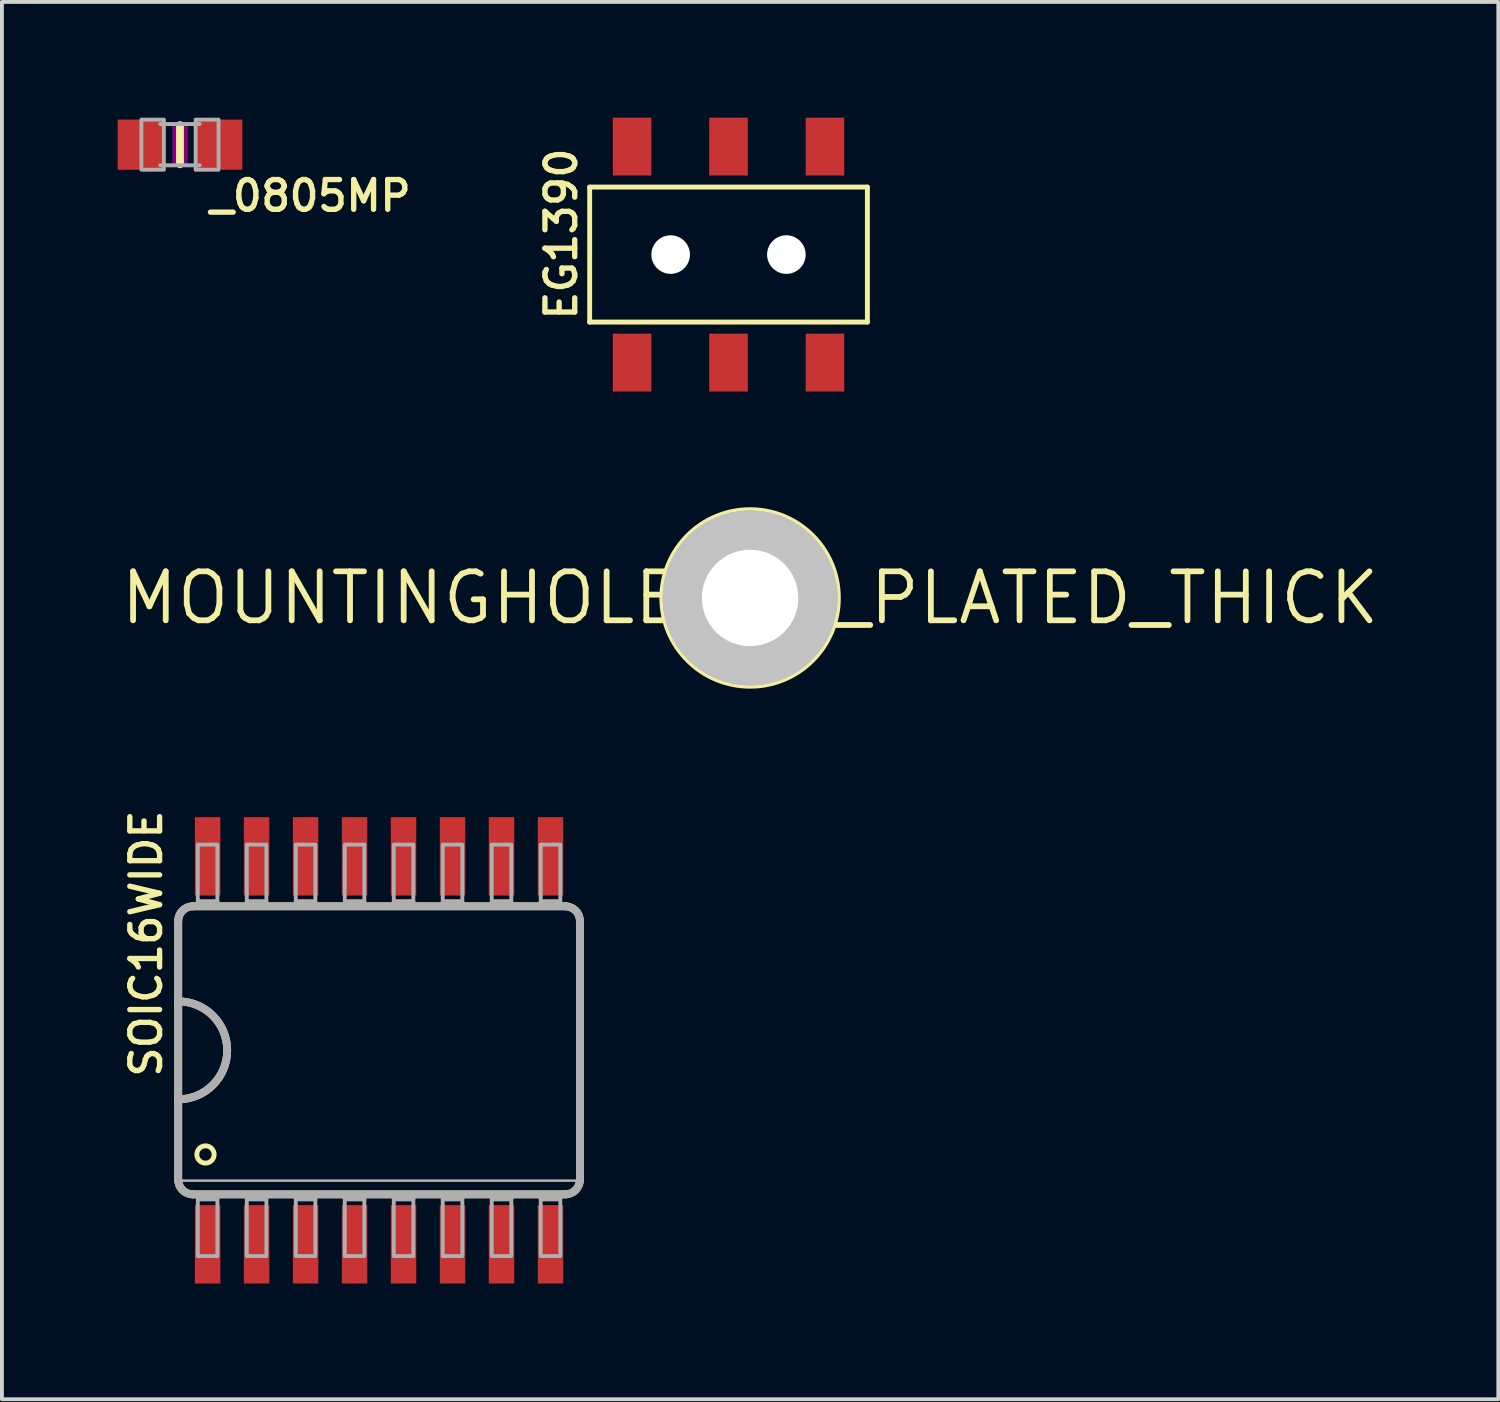
<source format=kicad_pcb>
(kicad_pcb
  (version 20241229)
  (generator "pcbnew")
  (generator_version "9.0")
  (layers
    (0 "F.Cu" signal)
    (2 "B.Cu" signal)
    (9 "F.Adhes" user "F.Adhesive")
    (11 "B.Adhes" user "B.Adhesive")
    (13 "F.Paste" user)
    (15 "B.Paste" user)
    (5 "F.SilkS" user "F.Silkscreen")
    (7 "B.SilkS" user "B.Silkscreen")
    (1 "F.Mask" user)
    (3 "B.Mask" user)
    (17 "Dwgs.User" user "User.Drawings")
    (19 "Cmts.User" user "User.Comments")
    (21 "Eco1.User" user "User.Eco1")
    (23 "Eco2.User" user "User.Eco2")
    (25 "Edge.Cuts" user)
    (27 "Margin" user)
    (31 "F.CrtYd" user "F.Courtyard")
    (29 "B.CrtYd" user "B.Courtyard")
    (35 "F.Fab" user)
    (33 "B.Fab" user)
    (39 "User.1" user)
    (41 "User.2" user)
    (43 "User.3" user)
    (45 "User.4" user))
  (footprint "EG1390"
    (layer "F.Cu")
    (at 15.837 3.55)
    (property "Reference" "EG1390" (at -3.886 1.764 270) (layer "F.SilkS") (effects (font (size 0.772 0.772) (thickness 0.139)) (justify left bottom)))
    (attr through_hole)
    (fp_line (start -3.6 -1.75) (end 3.6 -1.75) (stroke (width 0.127) (type solid)) (layer "F.SilkS"))
    (fp_line (start -3.6 1.75) (end -3.6 -1.75) (stroke (width 0.127) (type solid)) (layer "F.SilkS"))
    (fp_line (start 3.6 -1.75) (end 3.6 1.75) (stroke (width 0.127) (type solid)) (layer "F.SilkS"))
    (fp_line (start 3.6 1.75) (end -3.6 1.75) (stroke (width 0.127) (type solid)) (layer "F.SilkS"))
    (pad "" np_thru_hole circle (at -1.5 0) (size 1 1) (drill 1) (layers "*.Cu" "*.Mask"))
    (pad "" np_thru_hole circle (at 1.5 0) (size 1 1) (drill 1) (layers "*.Cu" "*.Mask"))
    (pad "O1" smd rect (at -2.5 -2.8) (size 1 1.5) (layers "F.Cu" "F.Mask" "F.Paste"))
    (pad "O2" smd rect (at -2.5 2.8) (size 1 1.5) (layers "F.Cu" "F.Mask" "F.Paste"))
    (pad "P1" smd rect (at 0 -2.8) (size 1 1.5) (layers "F.Cu" "F.Mask" "F.Paste"))
    (pad "P2" smd rect (at 0 2.8) (size 1 1.5) (layers "F.Cu" "F.Mask" "F.Paste"))
    (pad "S1" smd rect (at 2.5 -2.8) (size 1 1.5) (layers "F.Cu" "F.Mask" "F.Paste"))
    (pad "S2" smd rect (at 2.5 2.8) (size 1 1.5) (layers "F.Cu" "F.Mask" "F.Paste")))
  (footprint "SOIC16WIDE"
    (layer "F.Cu")
    (at 6.777 24.18)
    (property "Reference" "SOIC16WIDE" (at -5.588 0.762 90) (layer "F.SilkS") (effects (font (size 0.772 0.772) (thickness 0.139)) (justify left bottom)))
    (attr through_hole)
    (fp_line (start -5.207 -3.353) (end -5.207 -1.27) (stroke (width 0.203) (type solid)) (layer "F.SilkS"))
    (fp_line (start -5.207 -1.27) (end -5.207 1.27) (stroke (width 0.203) (type solid)) (layer "F.SilkS"))
    (fp_line (start -5.207 1.27) (end -5.207 3.353) (stroke (width 0.203) (type solid)) (layer "F.SilkS"))
    (fp_line (start -5.207 3.378) (end 5.207 3.378) (stroke (width 0.051) (type solid)) (layer "F.SilkS"))
    (fp_line (start -4.826 3.734) (end 4.826 3.734) (stroke (width 0.203) (type solid)) (layer "F.SilkS"))
    (fp_line (start 4.826 -3.734) (end -4.826 -3.734) (stroke (width 0.203) (type solid)) (layer "F.SilkS"))
    (fp_line (start 5.207 3.353) (end 5.207 -3.353) (stroke (width 0.203) (type solid)) (layer "F.SilkS"))
    (fp_arc (start -5.207 -3.3528) (mid -5.095408 -3.622208) (end -4.826 -3.7338) (stroke (width 0.2032) (type solid)) (layer "F.SilkS"))
    (fp_arc (start -5.207 -1.27) (mid -3.937 0) (end -5.207 1.27) (stroke (width 0.2032) (type solid)) (layer "F.SilkS"))
    (fp_arc (start -4.826 3.7338) (mid -5.095408 3.622208) (end -5.207 3.3528) (stroke (width 0.2032) (type solid)) (layer "F.SilkS"))
    (fp_arc (start 4.826 -3.7338) (mid 5.095408 -3.622208) (end 5.207 -3.3528) (stroke (width 0.2032) (type solid)) (layer "F.SilkS"))
    (fp_arc (start 5.207 3.3528) (mid 5.095408 3.622208) (end 4.826 3.7338) (stroke (width 0.2032) (type solid)) (layer "F.SilkS"))
    (fp_circle (center -4.5 2.7) (end -4.276 2.7) (stroke (width 0.127) (type solid)) (fill no) (layer "F.SilkS"))
    (fp_poly (pts (xy -4.699 -3.734) (xy -4.191 -3.734) (xy -4.191 -3.861) (xy -4.699 -3.861)) (stroke (width 0) (type solid)) (fill yes) (layer "F.SilkS"))
    (fp_poly (pts (xy -4.699 3.861) (xy -4.191 3.861) (xy -4.191 3.734) (xy -4.699 3.734)) (stroke (width 0) (type solid)) (fill yes) (layer "F.SilkS"))
    (fp_poly (pts (xy -3.429 -3.734) (xy -2.921 -3.734) (xy -2.921 -3.861) (xy -3.429 -3.861)) (stroke (width 0) (type solid)) (fill yes) (layer "F.SilkS"))
    (fp_poly (pts (xy -3.429 3.861) (xy -2.921 3.861) (xy -2.921 3.734) (xy -3.429 3.734)) (stroke (width 0) (type solid)) (fill yes) (layer "F.SilkS"))
    (fp_poly (pts (xy -2.159 -3.734) (xy -1.651 -3.734) (xy -1.651 -3.861) (xy -2.159 -3.861)) (stroke (width 0) (type solid)) (fill yes) (layer "F.SilkS"))
    (fp_poly (pts (xy -2.159 3.861) (xy -1.651 3.861) (xy -1.651 3.734) (xy -2.159 3.734)) (stroke (width 0) (type solid)) (fill yes) (layer "F.SilkS"))
    (fp_poly (pts (xy -0.889 -3.734) (xy -0.381 -3.734) (xy -0.381 -3.861) (xy -0.889 -3.861)) (stroke (width 0) (type solid)) (fill yes) (layer "F.SilkS"))
    (fp_poly (pts (xy -0.889 3.861) (xy -0.381 3.861) (xy -0.381 3.734) (xy -0.889 3.734)) (stroke (width 0) (type solid)) (fill yes) (layer "F.SilkS"))
    (fp_poly (pts (xy 0.381 -3.734) (xy 0.889 -3.734) (xy 0.889 -3.861) (xy 0.381 -3.861)) (stroke (width 0) (type solid)) (fill yes) (layer "F.SilkS"))
    (fp_poly (pts (xy 0.381 3.861) (xy 0.889 3.861) (xy 0.889 3.734) (xy 0.381 3.734)) (stroke (width 0) (type solid)) (fill yes) (layer "F.SilkS"))
    (fp_poly (pts (xy 1.651 -3.734) (xy 2.159 -3.734) (xy 2.159 -3.861) (xy 1.651 -3.861)) (stroke (width 0) (type solid)) (fill yes) (layer "F.SilkS"))
    (fp_poly (pts (xy 1.651 3.861) (xy 2.159 3.861) (xy 2.159 3.734) (xy 1.651 3.734)) (stroke (width 0) (type solid)) (fill yes) (layer "F.SilkS"))
    (fp_poly (pts (xy 2.921 -3.734) (xy 3.429 -3.734) (xy 3.429 -3.861) (xy 2.921 -3.861)) (stroke (width 0) (type solid)) (fill yes) (layer "F.SilkS"))
    (fp_poly (pts (xy 2.921 3.861) (xy 3.429 3.861) (xy 3.429 3.734) (xy 2.921 3.734)) (stroke (width 0) (type solid)) (fill yes) (layer "F.SilkS"))
    (fp_poly (pts (xy 4.191 -3.734) (xy 4.699 -3.734) (xy 4.699 -3.861) (xy 4.191 -3.861)) (stroke (width 0) (type solid)) (fill yes) (layer "F.SilkS"))
    (fp_poly (pts (xy 4.191 3.861) (xy 4.699 3.861) (xy 4.699 3.734) (xy 4.191 3.734)) (stroke (width 0) (type solid)) (fill yes) (layer "F.SilkS"))
    (fp_line (start -5.207 -3.353) (end -5.207 -1.27) (stroke (width 0.203) (type solid)) (layer "F.Fab"))
    (fp_line (start -5.207 -1.27) (end -5.207 1.27) (stroke (width 0.203) (type solid)) (layer "F.Fab"))
    (fp_line (start -5.207 1.27) (end -5.207 3.353) (stroke (width 0.203) (type solid)) (layer "F.Fab"))
    (fp_line (start -5.207 3.378) (end 5.207 3.378) (stroke (width 0.051) (type solid)) (layer "F.Fab"))
    (fp_line (start -4.826 3.734) (end 4.826 3.734) (stroke (width 0.203) (type solid)) (layer "F.Fab"))
    (fp_line (start 4.826 -3.734) (end -4.826 -3.734) (stroke (width 0.203) (type solid)) (layer "F.Fab"))
    (fp_line (start 5.207 3.353) (end 5.207 -3.353) (stroke (width 0.203) (type solid)) (layer "F.Fab"))
    (fp_arc (start -5.207 -3.3528) (mid -5.095408 -3.622208) (end -4.826 -3.7338) (stroke (width 0.2032) (type solid)) (layer "F.Fab"))
    (fp_arc (start -5.207 -1.27) (mid -3.937 0) (end -5.207 1.27) (stroke (width 0.2032) (type solid)) (layer "F.Fab"))
    (fp_arc (start -4.826 3.7338) (mid -5.095408 3.622208) (end -5.207 3.3528) (stroke (width 0.2032) (type solid)) (layer "F.Fab"))
    (fp_arc (start 4.826 -3.7338) (mid 5.095408 -3.622208) (end 5.207 -3.3528) (stroke (width 0.2032) (type solid)) (layer "F.Fab"))
    (fp_arc (start 5.207 3.3528) (mid 5.095408 3.622208) (end 4.826 3.7338) (stroke (width 0.2032) (type solid)) (layer "F.Fab"))
    (fp_poly (pts (xy -4.699 -3.861) (xy -4.191 -3.861) (xy -4.191 -5.334) (xy -4.699 -5.334)) (stroke (width 0.1) (type solid)) (fill no) (layer "F.Fab"))
    (fp_poly (pts (xy -4.699 -3.734) (xy -4.191 -3.734) (xy -4.191 -3.861) (xy -4.699 -3.861)) (stroke (width 0.1) (type solid)) (fill no) (layer "F.Fab"))
    (fp_poly (pts (xy -4.699 3.861) (xy -4.191 3.861) (xy -4.191 3.734) (xy -4.699 3.734)) (stroke (width 0.1) (type solid)) (fill no) (layer "F.Fab"))
    (fp_poly (pts (xy -4.699 5.334) (xy -4.191 5.334) (xy -4.191 3.861) (xy -4.699 3.861)) (stroke (width 0.1) (type solid)) (fill no) (layer "F.Fab"))
    (fp_poly (pts (xy -3.429 -3.861) (xy -2.921 -3.861) (xy -2.921 -5.334) (xy -3.429 -5.334)) (stroke (width 0.1) (type solid)) (fill no) (layer "F.Fab"))
    (fp_poly (pts (xy -3.429 -3.734) (xy -2.921 -3.734) (xy -2.921 -3.861) (xy -3.429 -3.861)) (stroke (width 0.1) (type solid)) (fill no) (layer "F.Fab"))
    (fp_poly (pts (xy -3.429 3.861) (xy -2.921 3.861) (xy -2.921 3.734) (xy -3.429 3.734)) (stroke (width 0.1) (type solid)) (fill no) (layer "F.Fab"))
    (fp_poly (pts (xy -3.429 5.334) (xy -2.921 5.334) (xy -2.921 3.861) (xy -3.429 3.861)) (stroke (width 0.1) (type solid)) (fill no) (layer "F.Fab"))
    (fp_poly (pts (xy -2.159 -3.861) (xy -1.651 -3.861) (xy -1.651 -5.334) (xy -2.159 -5.334)) (stroke (width 0.1) (type solid)) (fill no) (layer "F.Fab"))
    (fp_poly (pts (xy -2.159 -3.734) (xy -1.651 -3.734) (xy -1.651 -3.861) (xy -2.159 -3.861)) (stroke (width 0.1) (type solid)) (fill no) (layer "F.Fab"))
    (fp_poly (pts (xy -2.159 3.861) (xy -1.651 3.861) (xy -1.651 3.734) (xy -2.159 3.734)) (stroke (width 0.1) (type solid)) (fill no) (layer "F.Fab"))
    (fp_poly (pts (xy -2.159 5.334) (xy -1.651 5.334) (xy -1.651 3.861) (xy -2.159 3.861)) (stroke (width 0.1) (type solid)) (fill no) (layer "F.Fab"))
    (fp_poly (pts (xy -0.889 -3.861) (xy -0.381 -3.861) (xy -0.381 -5.334) (xy -0.889 -5.334)) (stroke (width 0.1) (type solid)) (fill no) (layer "F.Fab"))
    (fp_poly (pts (xy -0.889 -3.734) (xy -0.381 -3.734) (xy -0.381 -3.861) (xy -0.889 -3.861)) (stroke (width 0.1) (type solid)) (fill no) (layer "F.Fab"))
    (fp_poly (pts (xy -0.889 3.861) (xy -0.381 3.861) (xy -0.381 3.734) (xy -0.889 3.734)) (stroke (width 0.1) (type solid)) (fill no) (layer "F.Fab"))
    (fp_poly (pts (xy -0.889 5.334) (xy -0.381 5.334) (xy -0.381 3.861) (xy -0.889 3.861)) (stroke (width 0.1) (type solid)) (fill no) (layer "F.Fab"))
    (fp_poly (pts (xy 0.381 -3.861) (xy 0.889 -3.861) (xy 0.889 -5.334) (xy 0.381 -5.334)) (stroke (width 0.1) (type solid)) (fill no) (layer "F.Fab"))
    (fp_poly (pts (xy 0.381 -3.734) (xy 0.889 -3.734) (xy 0.889 -3.861) (xy 0.381 -3.861)) (stroke (width 0.1) (type solid)) (fill no) (layer "F.Fab"))
    (fp_poly (pts (xy 0.381 3.861) (xy 0.889 3.861) (xy 0.889 3.734) (xy 0.381 3.734)) (stroke (width 0.1) (type solid)) (fill no) (layer "F.Fab"))
    (fp_poly (pts (xy 0.381 5.334) (xy 0.889 5.334) (xy 0.889 3.861) (xy 0.381 3.861)) (stroke (width 0.1) (type solid)) (fill no) (layer "F.Fab"))
    (fp_poly (pts (xy 1.651 -3.861) (xy 2.159 -3.861) (xy 2.159 -5.334) (xy 1.651 -5.334)) (stroke (width 0.1) (type solid)) (fill no) (layer "F.Fab"))
    (fp_poly (pts (xy 1.651 -3.734) (xy 2.159 -3.734) (xy 2.159 -3.861) (xy 1.651 -3.861)) (stroke (width 0.1) (type solid)) (fill no) (layer "F.Fab"))
    (fp_poly (pts (xy 1.651 3.861) (xy 2.159 3.861) (xy 2.159 3.734) (xy 1.651 3.734)) (stroke (width 0.1) (type solid)) (fill no) (layer "F.Fab"))
    (fp_poly (pts (xy 1.651 5.334) (xy 2.159 5.334) (xy 2.159 3.861) (xy 1.651 3.861)) (stroke (width 0.1) (type solid)) (fill no) (layer "F.Fab"))
    (fp_poly (pts (xy 2.921 -3.861) (xy 3.429 -3.861) (xy 3.429 -5.334) (xy 2.921 -5.334)) (stroke (width 0.1) (type solid)) (fill no) (layer "F.Fab"))
    (fp_poly (pts (xy 2.921 -3.734) (xy 3.429 -3.734) (xy 3.429 -3.861) (xy 2.921 -3.861)) (stroke (width 0.1) (type solid)) (fill no) (layer "F.Fab"))
    (fp_poly (pts (xy 2.921 3.861) (xy 3.429 3.861) (xy 3.429 3.734) (xy 2.921 3.734)) (stroke (width 0.1) (type solid)) (fill no) (layer "F.Fab"))
    (fp_poly (pts (xy 2.921 5.334) (xy 3.429 5.334) (xy 3.429 3.861) (xy 2.921 3.861)) (stroke (width 0.1) (type solid)) (fill no) (layer "F.Fab"))
    (fp_poly (pts (xy 4.191 -3.861) (xy 4.699 -3.861) (xy 4.699 -5.334) (xy 4.191 -5.334)) (stroke (width 0.1) (type solid)) (fill no) (layer "F.Fab"))
    (fp_poly (pts (xy 4.191 -3.734) (xy 4.699 -3.734) (xy 4.699 -3.861) (xy 4.191 -3.861)) (stroke (width 0.1) (type solid)) (fill no) (layer "F.Fab"))
    (fp_poly (pts (xy 4.191 3.861) (xy 4.699 3.861) (xy 4.699 3.734) (xy 4.191 3.734)) (stroke (width 0.1) (type solid)) (fill no) (layer "F.Fab"))
    (fp_poly (pts (xy 4.191 5.334) (xy 4.699 5.334) (xy 4.699 3.861) (xy 4.191 3.861)) (stroke (width 0.1) (type solid)) (fill no) (layer "F.Fab"))
    (pad "1" smd rect (at -4.445 5.029) (size 0.66 2.032) (layers "F.Cu" "F.Mask" "F.Paste"))
    (pad "2" smd rect (at -3.175 5.029) (size 0.66 2.032) (layers "F.Cu" "F.Mask" "F.Paste"))
    (pad "3" smd rect (at -1.905 5.029) (size 0.66 2.032) (layers "F.Cu" "F.Mask" "F.Paste"))
    (pad "4" smd rect (at -0.635 5.029) (size 0.66 2.032) (layers "F.Cu" "F.Mask" "F.Paste"))
    (pad "5" smd rect (at 0.635 5.029) (size 0.66 2.032) (layers "F.Cu" "F.Mask" "F.Paste"))
    (pad "6" smd rect (at 1.905 5.029) (size 0.66 2.032) (layers "F.Cu" "F.Mask" "F.Paste"))
    (pad "7" smd rect (at 3.175 5.029) (size 0.66 2.032) (layers "F.Cu" "F.Mask" "F.Paste"))
    (pad "8" smd rect (at 4.445 5.029) (size 0.66 2.032) (layers "F.Cu" "F.Mask" "F.Paste"))
    (pad "9" smd rect (at 4.445 -5.029) (size 0.66 2.032) (layers "F.Cu" "F.Mask" "F.Paste"))
    (pad "10" smd rect (at 3.175 -5.029) (size 0.66 2.032) (layers "F.Cu" "F.Mask" "F.Paste"))
    (pad "11" smd rect (at 1.905 -5.029) (size 0.66 2.032) (layers "F.Cu" "F.Mask" "F.Paste"))
    (pad "12" smd rect (at 0.635 -5.029) (size 0.66 2.032) (layers "F.Cu" "F.Mask" "F.Paste"))
    (pad "13" smd rect (at -0.635 -5.029) (size 0.66 2.032) (layers "F.Cu" "F.Mask" "F.Paste"))
    (pad "14" smd rect (at -1.905 -5.029) (size 0.66 2.032) (layers "F.Cu" "F.Mask" "F.Paste"))
    (pad "15" smd rect (at -3.175 -5.029) (size 0.66 2.032) (layers "F.Cu" "F.Mask" "F.Paste"))
    (pad "16" smd rect (at -4.445 -5.029) (size 0.66 2.032) (layers "F.Cu" "F.Mask" "F.Paste")))
  (footprint "_0805MP"
    (layer "F.Cu")
    (at 1.616 0.7)
    (property "Reference" "_0805MP" (at 0.699 1.778 0) (layer "F.SilkS") (effects (font (size 0.772 0.772) (thickness 0.139)) (justify left bottom)))
    (attr through_hole)
    (fp_line (start 0 -0.508) (end 0 0.508) (stroke (width 0.203) (type solid)) (layer "F.SilkS"))
    (fp_poly (pts (xy -0.2 0.5) (xy 0.2 0.5) (xy 0.2 -0.5) (xy -0.2 -0.5)) (stroke (width 0) (type solid)) (fill yes) (layer "F.Adhes"))
    (fp_line (start -0.51 -0.535) (end 0.51 -0.535) (stroke (width 0.102) (type solid)) (layer "F.Fab"))
    (fp_line (start -0.51 0.535) (end 0.51 0.535) (stroke (width 0.102) (type solid)) (layer "F.Fab"))
    (fp_poly (pts (xy -1 0.65) (xy -0.417 0.65) (xy -0.417 -0.65) (xy -1 -0.65)) (stroke (width 0.1) (type solid)) (fill no) (layer "F.Fab"))
    (fp_poly (pts (xy 0.406 0.65) (xy 1 0.65) (xy 1 -0.65) (xy 0.406 -0.65)) (stroke (width 0.1) (type solid)) (fill no) (layer "F.Fab"))
    (pad "1" smd rect (at -1.016 0) (size 1.2 1.3) (layers "F.Cu" "F.Mask" "F.Paste"))
    (pad "2" smd rect (at 1.016 0) (size 1.2 1.3) (layers "F.Cu" "F.Mask" "F.Paste")))
  (footprint "MOUNTINGHOLE_2.5_PLATED_THICK"
    (layer "F.Cu")
    (at 16.396 12.452)
    (property "Reference" "MOUNTINGHOLE_2.5_PLATED_THICK" (at 0 0 0) (layer "F.SilkS") (effects (font (size 1.27 1.27) (thickness 0.15))))
    (attr through_hole)
    (fp_circle (center 0 0) (end 2.25 0) (stroke (width 0.203) (type solid)) (fill no) (layer "F.SilkS"))
    (fp_circle (center 0 0) (end 1.25 0) (stroke (width 2.032) (type solid)) (fill no) (layer "Dwgs.User"))
    (fp_circle (center 0 0) (end 1.25 0) (stroke (width 2.032) (type solid)) (fill no) (layer "Dwgs.User"))
    (fp_circle (center 0 0) (end 1.25 0) (stroke (width 2.032) (type solid)) (fill no) (layer "Dwgs.User"))
    (fp_circle (center 0 0) (end 1.25 0) (stroke (width 2.032) (type solid)) (fill no) (layer "Dwgs.User"))
    (pad "P$1" thru_hole circle (at 0 0) (size 4 4) (drill 2.5) (layers "*.Cu" "*.Mask")))
  (gr_rect
    (start -3 -3)
    (end 35.793 33.225)
    (stroke (width 0.1) (type default))
    (fill no)
    (layer "Edge.Cuts")))
</source>
